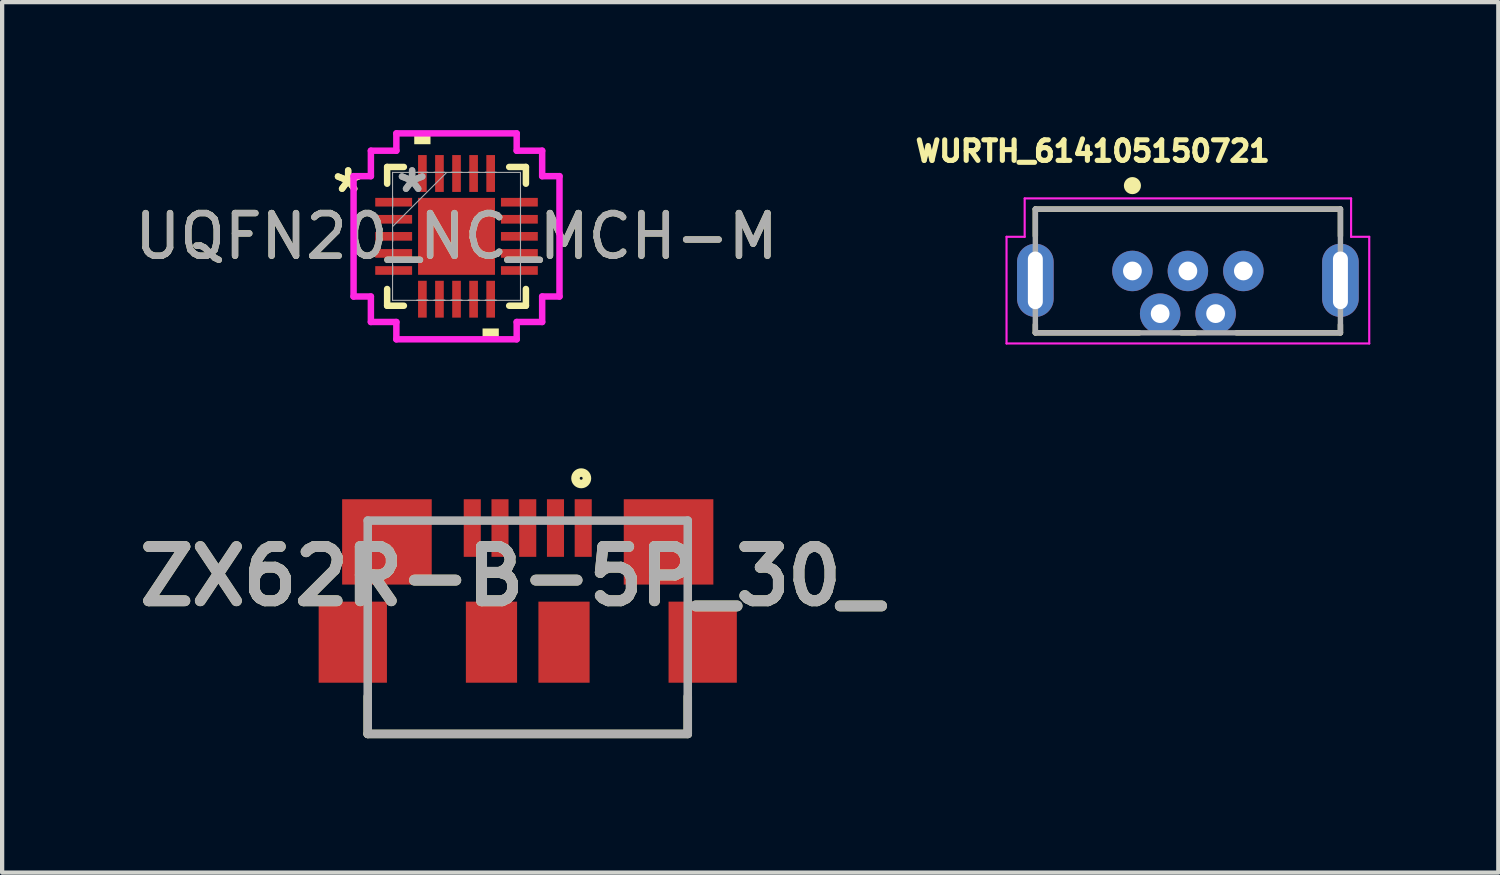
<source format=kicad_pcb>
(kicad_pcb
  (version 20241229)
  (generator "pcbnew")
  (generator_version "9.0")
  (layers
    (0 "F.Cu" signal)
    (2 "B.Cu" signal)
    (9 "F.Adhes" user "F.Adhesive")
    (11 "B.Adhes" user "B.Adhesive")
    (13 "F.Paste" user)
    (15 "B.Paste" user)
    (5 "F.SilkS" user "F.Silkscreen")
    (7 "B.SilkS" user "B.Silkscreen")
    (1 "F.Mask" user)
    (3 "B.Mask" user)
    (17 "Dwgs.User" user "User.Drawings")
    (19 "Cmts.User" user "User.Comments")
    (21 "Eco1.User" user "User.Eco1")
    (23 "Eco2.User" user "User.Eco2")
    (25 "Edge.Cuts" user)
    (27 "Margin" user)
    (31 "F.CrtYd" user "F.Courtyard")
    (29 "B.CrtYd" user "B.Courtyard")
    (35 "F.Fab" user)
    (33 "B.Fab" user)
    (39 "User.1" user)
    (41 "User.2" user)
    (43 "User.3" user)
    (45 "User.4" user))
  (footprint "WURTH_614105150721"
    (layer "F.Cu")
    (at 24.789 3.3)
    (property "Reference" "WURTH_614105150721" (at -2.229 -2.808 0) (layer "F.SilkS") (effects (font (size 0.481 0.481) (thickness 0.15))))
    (attr through_hole)
    (fp_line (start -3.575 -1.45) (end -3.575 -0.82) (stroke (width 0.127) (type solid)) (layer "F.SilkS"))
    (fp_line (start -3.575 -1.45) (end 3.575 -1.45) (stroke (width 0.127) (type solid)) (layer "F.SilkS"))
    (fp_line (start -3.575 1.26) (end -3.575 1.45) (stroke (width 0.127) (type solid)) (layer "F.SilkS"))
    (fp_line (start -3.575 1.45) (end -1.14 1.45) (stroke (width 0.127) (type solid)) (layer "F.SilkS"))
    (fp_line (start -0.15 1.45) (end 0.17 1.45) (stroke (width 0.127) (type solid)) (layer "F.SilkS"))
    (fp_line (start 1.14 1.45) (end 3.575 1.45) (stroke (width 0.127) (type solid)) (layer "F.SilkS"))
    (fp_line (start 3.575 -1.45) (end 3.575 -0.82) (stroke (width 0.127) (type solid)) (layer "F.SilkS"))
    (fp_line (start 3.575 1.45) (end 3.575 1.26) (stroke (width 0.127) (type solid)) (layer "F.SilkS"))
    (fp_circle (center -1.3 -2) (end -1.2 -2) (stroke (width 0.2) (type solid)) (fill no) (layer "F.SilkS"))
    (fp_line (start -4.25 -0.8) (end -3.825 -0.8) (stroke (width 0.05) (type solid)) (layer "F.CrtYd"))
    (fp_line (start -4.25 1.7) (end -4.25 -0.8) (stroke (width 0.05) (type solid)) (layer "F.CrtYd"))
    (fp_line (start -3.825 -1.7) (end 3.825 -1.7) (stroke (width 0.05) (type solid)) (layer "F.CrtYd"))
    (fp_line (start -3.825 -0.8) (end -3.825 -1.7) (stroke (width 0.05) (type solid)) (layer "F.CrtYd"))
    (fp_line (start 3.825 -1.7) (end 3.825 -0.8) (stroke (width 0.05) (type solid)) (layer "F.CrtYd"))
    (fp_line (start 3.825 -0.8) (end 4.25 -0.8) (stroke (width 0.05) (type solid)) (layer "F.CrtYd"))
    (fp_line (start 4.25 -0.8) (end 4.25 1.7) (stroke (width 0.05) (type solid)) (layer "F.CrtYd"))
    (fp_line (start 4.25 1.7) (end -4.25 1.7) (stroke (width 0.05) (type solid)) (layer "F.CrtYd"))
    (fp_line (start -3.575 -1.45) (end 3.575 -1.45) (stroke (width 0.127) (type solid)) (layer "F.Fab"))
    (fp_line (start -3.575 1.45) (end -3.575 -1.45) (stroke (width 0.127) (type solid)) (layer "F.Fab"))
    (fp_line (start 3.575 -1.45) (end 3.575 1.45) (stroke (width 0.127) (type solid)) (layer "F.Fab"))
    (fp_line (start 3.575 1.45) (end -3.575 1.45) (stroke (width 0.127) (type solid)) (layer "F.Fab"))
    (fp_circle (center -1.3 0) (end -1.2 0) (stroke (width 0.2) (type solid)) (fill no) (layer "F.Fab"))
    (pad "1" thru_hole circle (at -1.3 0) (size 0.948 0.948) (drill 0.44) (layers "*.Cu" "*.Mask"))
    (pad "2" thru_hole circle (at -0.65 1) (size 0.948 0.948) (drill 0.44) (layers "*.Cu" "*.Mask"))
    (pad "3" thru_hole circle (at 0 0) (size 0.948 0.948) (drill 0.44) (layers "*.Cu" "*.Mask"))
    (pad "4" thru_hole circle (at 0.65 1) (size 0.948 0.948) (drill 0.44) (layers "*.Cu" "*.Mask"))
    (pad "5" thru_hole circle (at 1.3 0) (size 0.948 0.948) (drill 0.44) (layers "*.Cu" "*.Mask"))
    (pad "6" thru_hole oval (at -3.575 0.22) (size 0.858 1.716) (drill oval 0.35 1.35) (layers "*.Cu" "*.Mask"))
    (pad "6" thru_hole oval (at 3.575 0.22) (size 0.858 1.716) (drill oval 0.35 1.35) (layers "*.Cu" "*.Mask")))
  (footprint "ZX62R-B-5P_30_"
    (layer "F.Cu")
    (at 9.318 14.15)
    (property "Reference" "ZX62R-B-5P_30_" (at -0.386 -3.695 0) (layer "F.SilkS") (effects (font (size 1.27 1.27) (thickness 0.254))))
    (attr smd)
    (fp_line (start -3.75 0) (end -3.75 -0.875) (stroke (width 0.2) (type solid)) (layer "F.SilkS"))
    (fp_line (start -3.75 0) (end 3.75 0) (stroke (width 0.2) (type solid)) (layer "F.SilkS"))
    (fp_line (start 3.75 0) (end 3.75 -0.875) (stroke (width 0.2) (type solid)) (layer "F.SilkS"))
    (fp_circle (center 1.253 -5.991) (end 1.253 -5.957) (stroke (width 0.2) (type solid)) (fill no) (layer "F.SilkS"))
    (fp_line (start -3.75 -5) (end 3.75 -5) (stroke (width 0.2) (type solid)) (layer "F.Fab"))
    (fp_line (start -3.75 0) (end -3.75 -5) (stroke (width 0.2) (type solid)) (layer "F.Fab"))
    (fp_line (start 3.75 -5) (end 3.75 0) (stroke (width 0.2) (type solid)) (layer "F.Fab"))
    (fp_line (start 3.75 0) (end -3.75 0) (stroke (width 0.2) (type solid)) (layer "F.Fab"))
    (fp_text user "${REFERENCE}" (at -0.386 -3.695 0) (layer "F.Fab") (effects (font (size 1.27 1.27) (thickness 0.254))))
    (pad "1" smd rect (at 1.3 -4.825) (size 0.4 1.35) (layers "F.Cu" "F.Mask" "F.Paste"))
    (pad "2" smd rect (at 0.65 -4.825) (size 0.4 1.35) (layers "F.Cu" "F.Mask" "F.Paste"))
    (pad "3" smd rect (at 0 -4.825) (size 0.4 1.35) (layers "F.Cu" "F.Mask" "F.Paste"))
    (pad "4" smd rect (at -0.65 -4.825) (size 0.4 1.35) (layers "F.Cu" "F.Mask" "F.Paste"))
    (pad "5" smd rect (at -1.3 -4.825) (size 0.4 1.35) (layers "F.Cu" "F.Mask" "F.Paste"))
    (pad "6" smd rect (at -3.3 -4.5 90) (size 2 2.1) (layers "F.Cu" "F.Mask" "F.Paste"))
    (pad "7" smd rect (at 3.3 -4.5 90) (size 2 2.1) (layers "F.Cu" "F.Mask" "F.Paste"))
    (pad "8" smd rect (at -4.1 -2.15) (size 1.6 1.9) (layers "F.Cu" "F.Mask" "F.Paste"))
    (pad "9" smd rect (at 4.1 -2.15) (size 1.6 1.9) (layers "F.Cu" "F.Mask" "F.Paste"))
    (pad "10" smd rect (at -0.85 -2.15) (size 1.2 1.9) (layers "F.Cu" "F.Mask" "F.Paste"))
    (pad "11" smd rect (at 0.85 -2.15) (size 1.2 1.9) (layers "F.Cu" "F.Mask" "F.Paste")))
  (footprint "UQFN20_NC_MCH-M"
    (layer "F.Cu")
    (at 7.649 2.489)
    (property "Reference" "UQFN20_NC_MCH-M" (at 0 0 0) (unlocked yes) (layer "F.SilkS") (effects (font (size 1 1) (thickness 0.15))))
    (attr smd)
    (fp_line (start -1.626 -1.626) (end -1.626 -1.234) (stroke (width 0.152) (type solid)) (layer "F.SilkS"))
    (fp_line (start -1.626 1.234) (end -1.626 1.626) (stroke (width 0.152) (type solid)) (layer "F.SilkS"))
    (fp_line (start -1.626 1.626) (end -1.234 1.626) (stroke (width 0.152) (type solid)) (layer "F.SilkS"))
    (fp_line (start -1.234 -1.626) (end -1.626 -1.626) (stroke (width 0.152) (type solid)) (layer "F.SilkS"))
    (fp_line (start 1.234 1.626) (end 1.626 1.626) (stroke (width 0.152) (type solid)) (layer "F.SilkS"))
    (fp_line (start 1.626 -1.626) (end 1.234 -1.626) (stroke (width 0.152) (type solid)) (layer "F.SilkS"))
    (fp_line (start 1.626 -1.234) (end 1.626 -1.626) (stroke (width 0.152) (type solid)) (layer "F.SilkS"))
    (fp_line (start 1.626 1.626) (end 1.626 1.234) (stroke (width 0.152) (type solid)) (layer "F.SilkS"))
    (fp_poly (pts (xy -0.991 -2.159) (xy -0.991 -2.413) (xy -0.61 -2.413) (xy -0.61 -2.159)) (stroke (width 0) (type solid)) (fill yes) (layer "F.SilkS"))
    (fp_poly (pts (xy 0.61 2.159) (xy 0.61 2.413) (xy 0.991 2.413) (xy 0.991 2.159)) (stroke (width 0) (type solid)) (fill yes) (layer "F.SilkS"))
    (fp_line (start -2.413 -1.41) (end -2.007 -1.41) (stroke (width 0.152) (type solid)) (layer "F.CrtYd"))
    (fp_line (start -2.413 1.41) (end -2.413 -1.41) (stroke (width 0.152) (type solid)) (layer "F.CrtYd"))
    (fp_line (start -2.007 -2.007) (end -1.41 -2.007) (stroke (width 0.152) (type solid)) (layer "F.CrtYd"))
    (fp_line (start -2.007 -1.41) (end -2.007 -2.007) (stroke (width 0.152) (type solid)) (layer "F.CrtYd"))
    (fp_line (start -2.007 1.41) (end -2.413 1.41) (stroke (width 0.152) (type solid)) (layer "F.CrtYd"))
    (fp_line (start -2.007 2.007) (end -2.007 1.41) (stroke (width 0.152) (type solid)) (layer "F.CrtYd"))
    (fp_line (start -1.41 -2.413) (end 1.41 -2.413) (stroke (width 0.152) (type solid)) (layer "F.CrtYd"))
    (fp_line (start -1.41 -2.007) (end -1.41 -2.413) (stroke (width 0.152) (type solid)) (layer "F.CrtYd"))
    (fp_line (start -1.41 2.007) (end -2.007 2.007) (stroke (width 0.152) (type solid)) (layer "F.CrtYd"))
    (fp_line (start -1.41 2.413) (end -1.41 2.007) (stroke (width 0.152) (type solid)) (layer "F.CrtYd"))
    (fp_line (start 1.41 -2.413) (end 1.41 -2.007) (stroke (width 0.152) (type solid)) (layer "F.CrtYd"))
    (fp_line (start 1.41 -2.007) (end 2.007 -2.007) (stroke (width 0.152) (type solid)) (layer "F.CrtYd"))
    (fp_line (start 1.41 2.007) (end 1.41 2.413) (stroke (width 0.152) (type solid)) (layer "F.CrtYd"))
    (fp_line (start 1.41 2.413) (end -1.41 2.413) (stroke (width 0.152) (type solid)) (layer "F.CrtYd"))
    (fp_line (start 2.007 -2.007) (end 2.007 -1.41) (stroke (width 0.152) (type solid)) (layer "F.CrtYd"))
    (fp_line (start 2.007 -1.41) (end 2.413 -1.41) (stroke (width 0.152) (type solid)) (layer "F.CrtYd"))
    (fp_line (start 2.007 1.41) (end 2.007 2.007) (stroke (width 0.152) (type solid)) (layer "F.CrtYd"))
    (fp_line (start 2.007 2.007) (end 1.41 2.007) (stroke (width 0.152) (type solid)) (layer "F.CrtYd"))
    (fp_line (start 2.413 -1.41) (end 2.413 1.41) (stroke (width 0.152) (type solid)) (layer "F.CrtYd"))
    (fp_line (start 2.413 1.41) (end 2.007 1.41) (stroke (width 0.152) (type solid)) (layer "F.CrtYd"))
    (fp_line (start -1.499 -1.499) (end -1.499 -1.499) (stroke (width 0.025) (type solid)) (layer "F.Fab"))
    (fp_line (start -1.499 -1.499) (end -1.499 1.499) (stroke (width 0.025) (type solid)) (layer "F.Fab"))
    (fp_line (start -1.499 -0.927) (end -1.499 -0.927) (stroke (width 0.025) (type solid)) (layer "F.Fab"))
    (fp_line (start -1.499 -0.927) (end -1.499 -0.673) (stroke (width 0.025) (type solid)) (layer "F.Fab"))
    (fp_line (start -1.499 -0.673) (end -1.499 -0.927) (stroke (width 0.025) (type solid)) (layer "F.Fab"))
    (fp_line (start -1.499 -0.673) (end -1.499 -0.673) (stroke (width 0.025) (type solid)) (layer "F.Fab"))
    (fp_line (start -1.499 -0.527) (end -1.499 -0.527) (stroke (width 0.025) (type solid)) (layer "F.Fab"))
    (fp_line (start -1.499 -0.527) (end -1.499 -0.273) (stroke (width 0.025) (type solid)) (layer "F.Fab"))
    (fp_line (start -1.499 -0.273) (end -1.499 -0.527) (stroke (width 0.025) (type solid)) (layer "F.Fab"))
    (fp_line (start -1.499 -0.273) (end -1.499 -0.273) (stroke (width 0.025) (type solid)) (layer "F.Fab"))
    (fp_line (start -1.499 -0.229) (end -0.229 -1.499) (stroke (width 0.025) (type solid)) (layer "F.Fab"))
    (fp_line (start -1.499 -0.127) (end -1.499 -0.127) (stroke (width 0.025) (type solid)) (layer "F.Fab"))
    (fp_line (start -1.499 -0.127) (end -1.499 0.127) (stroke (width 0.025) (type solid)) (layer "F.Fab"))
    (fp_line (start -1.499 0.127) (end -1.499 -0.127) (stroke (width 0.025) (type solid)) (layer "F.Fab"))
    (fp_line (start -1.499 0.127) (end -1.499 0.127) (stroke (width 0.025) (type solid)) (layer "F.Fab"))
    (fp_line (start -1.499 0.273) (end -1.499 0.273) (stroke (width 0.025) (type solid)) (layer "F.Fab"))
    (fp_line (start -1.499 0.273) (end -1.499 0.527) (stroke (width 0.025) (type solid)) (layer "F.Fab"))
    (fp_line (start -1.499 0.527) (end -1.499 0.273) (stroke (width 0.025) (type solid)) (layer "F.Fab"))
    (fp_line (start -1.499 0.527) (end -1.499 0.527) (stroke (width 0.025) (type solid)) (layer "F.Fab"))
    (fp_line (start -1.499 0.673) (end -1.499 0.673) (stroke (width 0.025) (type solid)) (layer "F.Fab"))
    (fp_line (start -1.499 0.673) (end -1.499 0.927) (stroke (width 0.025) (type solid)) (layer "F.Fab"))
    (fp_line (start -1.499 0.927) (end -1.499 0.673) (stroke (width 0.025) (type solid)) (layer "F.Fab"))
    (fp_line (start -1.499 0.927) (end -1.499 0.927) (stroke (width 0.025) (type solid)) (layer "F.Fab"))
    (fp_line (start -1.499 1.499) (end -1.499 1.499) (stroke (width 0.025) (type solid)) (layer "F.Fab"))
    (fp_line (start -1.499 1.499) (end 1.499 1.499) (stroke (width 0.025) (type solid)) (layer "F.Fab"))
    (fp_line (start -0.927 -1.499) (end -0.927 -1.499) (stroke (width 0.025) (type solid)) (layer "F.Fab"))
    (fp_line (start -0.927 -1.499) (end -0.673 -1.499) (stroke (width 0.025) (type solid)) (layer "F.Fab"))
    (fp_line (start -0.927 1.499) (end -0.927 1.499) (stroke (width 0.025) (type solid)) (layer "F.Fab"))
    (fp_line (start -0.927 1.499) (end -0.673 1.499) (stroke (width 0.025) (type solid)) (layer "F.Fab"))
    (fp_line (start -0.673 -1.499) (end -0.927 -1.499) (stroke (width 0.025) (type solid)) (layer "F.Fab"))
    (fp_line (start -0.673 -1.499) (end -0.673 -1.499) (stroke (width 0.025) (type solid)) (layer "F.Fab"))
    (fp_line (start -0.673 1.499) (end -0.927 1.499) (stroke (width 0.025) (type solid)) (layer "F.Fab"))
    (fp_line (start -0.673 1.499) (end -0.673 1.499) (stroke (width 0.025) (type solid)) (layer "F.Fab"))
    (fp_line (start -0.527 -1.499) (end -0.527 -1.499) (stroke (width 0.025) (type solid)) (layer "F.Fab"))
    (fp_line (start -0.527 -1.499) (end -0.273 -1.499) (stroke (width 0.025) (type solid)) (layer "F.Fab"))
    (fp_line (start -0.527 1.499) (end -0.527 1.499) (stroke (width 0.025) (type solid)) (layer "F.Fab"))
    (fp_line (start -0.527 1.499) (end -0.273 1.499) (stroke (width 0.025) (type solid)) (layer "F.Fab"))
    (fp_line (start -0.273 -1.499) (end -0.527 -1.499) (stroke (width 0.025) (type solid)) (layer "F.Fab"))
    (fp_line (start -0.273 -1.499) (end -0.273 -1.499) (stroke (width 0.025) (type solid)) (layer "F.Fab"))
    (fp_line (start -0.273 1.499) (end -0.527 1.499) (stroke (width 0.025) (type solid)) (layer "F.Fab"))
    (fp_line (start -0.273 1.499) (end -0.273 1.499) (stroke (width 0.025) (type solid)) (layer "F.Fab"))
    (fp_line (start -0.127 -1.499) (end -0.127 -1.499) (stroke (width 0.025) (type solid)) (layer "F.Fab"))
    (fp_line (start -0.127 -1.499) (end 0.127 -1.499) (stroke (width 0.025) (type solid)) (layer "F.Fab"))
    (fp_line (start -0.127 1.499) (end -0.127 1.499) (stroke (width 0.025) (type solid)) (layer "F.Fab"))
    (fp_line (start -0.127 1.499) (end 0.127 1.499) (stroke (width 0.025) (type solid)) (layer "F.Fab"))
    (fp_line (start 0.127 -1.499) (end -0.127 -1.499) (stroke (width 0.025) (type solid)) (layer "F.Fab"))
    (fp_line (start 0.127 -1.499) (end 0.127 -1.499) (stroke (width 0.025) (type solid)) (layer "F.Fab"))
    (fp_line (start 0.127 1.499) (end -0.127 1.499) (stroke (width 0.025) (type solid)) (layer "F.Fab"))
    (fp_line (start 0.127 1.499) (end 0.127 1.499) (stroke (width 0.025) (type solid)) (layer "F.Fab"))
    (fp_line (start 0.273 -1.499) (end 0.273 -1.499) (stroke (width 0.025) (type solid)) (layer "F.Fab"))
    (fp_line (start 0.273 -1.499) (end 0.527 -1.499) (stroke (width 0.025) (type solid)) (layer "F.Fab"))
    (fp_line (start 0.273 1.499) (end 0.273 1.499) (stroke (width 0.025) (type solid)) (layer "F.Fab"))
    (fp_line (start 0.273 1.499) (end 0.527 1.499) (stroke (width 0.025) (type solid)) (layer "F.Fab"))
    (fp_line (start 0.527 -1.499) (end 0.273 -1.499) (stroke (width 0.025) (type solid)) (layer "F.Fab"))
    (fp_line (start 0.527 -1.499) (end 0.527 -1.499) (stroke (width 0.025) (type solid)) (layer "F.Fab"))
    (fp_line (start 0.527 1.499) (end 0.273 1.499) (stroke (width 0.025) (type solid)) (layer "F.Fab"))
    (fp_line (start 0.527 1.499) (end 0.527 1.499) (stroke (width 0.025) (type solid)) (layer "F.Fab"))
    (fp_line (start 0.673 -1.499) (end 0.673 -1.499) (stroke (width 0.025) (type solid)) (layer "F.Fab"))
    (fp_line (start 0.673 -1.499) (end 0.927 -1.499) (stroke (width 0.025) (type solid)) (layer "F.Fab"))
    (fp_line (start 0.673 1.499) (end 0.673 1.499) (stroke (width 0.025) (type solid)) (layer "F.Fab"))
    (fp_line (start 0.673 1.499) (end 0.927 1.499) (stroke (width 0.025) (type solid)) (layer "F.Fab"))
    (fp_line (start 0.927 -1.499) (end 0.673 -1.499) (stroke (width 0.025) (type solid)) (layer "F.Fab"))
    (fp_line (start 0.927 -1.499) (end 0.927 -1.499) (stroke (width 0.025) (type solid)) (layer "F.Fab"))
    (fp_line (start 0.927 1.499) (end 0.673 1.499) (stroke (width 0.025) (type solid)) (layer "F.Fab"))
    (fp_line (start 0.927 1.499) (end 0.927 1.499) (stroke (width 0.025) (type solid)) (layer "F.Fab"))
    (fp_line (start 1.499 -1.499) (end -1.499 -1.499) (stroke (width 0.025) (type solid)) (layer "F.Fab"))
    (fp_line (start 1.499 -1.499) (end 1.499 -1.499) (stroke (width 0.025) (type solid)) (layer "F.Fab"))
    (fp_line (start 1.499 -0.927) (end 1.499 -0.927) (stroke (width 0.025) (type solid)) (layer "F.Fab"))
    (fp_line (start 1.499 -0.927) (end 1.499 -0.673) (stroke (width 0.025) (type solid)) (layer "F.Fab"))
    (fp_line (start 1.499 -0.673) (end 1.499 -0.927) (stroke (width 0.025) (type solid)) (layer "F.Fab"))
    (fp_line (start 1.499 -0.673) (end 1.499 -0.673) (stroke (width 0.025) (type solid)) (layer "F.Fab"))
    (fp_line (start 1.499 -0.527) (end 1.499 -0.527) (stroke (width 0.025) (type solid)) (layer "F.Fab"))
    (fp_line (start 1.499 -0.527) (end 1.499 -0.273) (stroke (width 0.025) (type solid)) (layer "F.Fab"))
    (fp_line (start 1.499 -0.273) (end 1.499 -0.527) (stroke (width 0.025) (type solid)) (layer "F.Fab"))
    (fp_line (start 1.499 -0.273) (end 1.499 -0.273) (stroke (width 0.025) (type solid)) (layer "F.Fab"))
    (fp_line (start 1.499 -0.127) (end 1.499 -0.127) (stroke (width 0.025) (type solid)) (layer "F.Fab"))
    (fp_line (start 1.499 -0.127) (end 1.499 0.127) (stroke (width 0.025) (type solid)) (layer "F.Fab"))
    (fp_line (start 1.499 0.127) (end 1.499 -0.127) (stroke (width 0.025) (type solid)) (layer "F.Fab"))
    (fp_line (start 1.499 0.127) (end 1.499 0.127) (stroke (width 0.025) (type solid)) (layer "F.Fab"))
    (fp_line (start 1.499 0.273) (end 1.499 0.273) (stroke (width 0.025) (type solid)) (layer "F.Fab"))
    (fp_line (start 1.499 0.273) (end 1.499 0.527) (stroke (width 0.025) (type solid)) (layer "F.Fab"))
    (fp_line (start 1.499 0.527) (end 1.499 0.273) (stroke (width 0.025) (type solid)) (layer "F.Fab"))
    (fp_line (start 1.499 0.527) (end 1.499 0.527) (stroke (width 0.025) (type solid)) (layer "F.Fab"))
    (fp_line (start 1.499 0.673) (end 1.499 0.673) (stroke (width 0.025) (type solid)) (layer "F.Fab"))
    (fp_line (start 1.499 0.673) (end 1.499 0.927) (stroke (width 0.025) (type solid)) (layer "F.Fab"))
    (fp_line (start 1.499 0.927) (end 1.499 0.673) (stroke (width 0.025) (type solid)) (layer "F.Fab"))
    (fp_line (start 1.499 0.927) (end 1.499 0.927) (stroke (width 0.025) (type solid)) (layer "F.Fab"))
    (fp_line (start 1.499 1.499) (end 1.499 -1.499) (stroke (width 0.025) (type solid)) (layer "F.Fab"))
    (fp_line (start 1.499 1.499) (end 1.499 1.499) (stroke (width 0.025) (type solid)) (layer "F.Fab"))
    (fp_text user "*" (at -2.54 -1 0) (layer "F.SilkS") (effects (font (size 1 1) (thickness 0.15))))
    (fp_text user "*" (at -2.54 -1 0) (unlocked yes) (layer "F.SilkS") (effects (font (size 1 1) (thickness 0.15))))
    (fp_text user "*" (at -1.041 -1 0) (unlocked yes) (layer "F.Fab") (effects (font (size 1 1) (thickness 0.15))))
    (fp_text user "*" (at -1.041 -1 0) (layer "F.Fab") (effects (font (size 1 1) (thickness 0.15))))
    (fp_text user "${REFERENCE}" (at 0 0 0) (unlocked yes) (layer "F.Fab") (effects (font (size 1 1) (thickness 0.15))))
    (pad "1" smd rect (at -1.473 -0.8 90) (size 0.203 0.864) (layers "F.Cu" "F.Mask" "F.Paste"))
    (pad "2" smd rect (at -1.473 -0.4 90) (size 0.203 0.864) (layers "F.Cu" "F.Mask" "F.Paste"))
    (pad "3" smd rect (at -1.473 0 90) (size 0.203 0.864) (layers "F.Cu" "F.Mask" "F.Paste"))
    (pad "4" smd rect (at -1.473 0.4 90) (size 0.203 0.864) (layers "F.Cu" "F.Mask" "F.Paste"))
    (pad "5" smd rect (at -1.473 0.8 90) (size 0.203 0.864) (layers "F.Cu" "F.Mask" "F.Paste"))
    (pad "6" smd rect (at -0.8 1.473) (size 0.203 0.864) (layers "F.Cu" "F.Mask" "F.Paste"))
    (pad "7" smd rect (at -0.4 1.473) (size 0.203 0.864) (layers "F.Cu" "F.Mask" "F.Paste"))
    (pad "8" smd rect (at 0 1.473) (size 0.203 0.864) (layers "F.Cu" "F.Mask" "F.Paste"))
    (pad "9" smd rect (at 0.4 1.473) (size 0.203 0.864) (layers "F.Cu" "F.Mask" "F.Paste"))
    (pad "10" smd rect (at 0.8 1.473) (size 0.203 0.864) (layers "F.Cu" "F.Mask" "F.Paste"))
    (pad "11" smd rect (at 1.473 0.8 90) (size 0.203 0.864) (layers "F.Cu" "F.Mask" "F.Paste"))
    (pad "12" smd rect (at 1.473 0.4 90) (size 0.203 0.864) (layers "F.Cu" "F.Mask" "F.Paste"))
    (pad "13" smd rect (at 1.473 0 90) (size 0.203 0.864) (layers "F.Cu" "F.Mask" "F.Paste"))
    (pad "14" smd rect (at 1.473 -0.4 90) (size 0.203 0.864) (layers "F.Cu" "F.Mask" "F.Paste"))
    (pad "15" smd rect (at 1.473 -0.8 90) (size 0.203 0.864) (layers "F.Cu" "F.Mask" "F.Paste"))
    (pad "16" smd rect (at 0.8 -1.473) (size 0.203 0.864) (layers "F.Cu" "F.Mask" "F.Paste"))
    (pad "17" smd rect (at 0.4 -1.473) (size 0.203 0.864) (layers "F.Cu" "F.Mask" "F.Paste"))
    (pad "18" smd rect (at 0 -1.473) (size 0.203 0.864) (layers "F.Cu" "F.Mask" "F.Paste"))
    (pad "19" smd rect (at -0.4 -1.473) (size 0.203 0.864) (layers "F.Cu" "F.Mask" "F.Paste"))
    (pad "20" smd rect (at -0.8 -1.473) (size 0.203 0.864) (layers "F.Cu" "F.Mask" "F.Paste"))
    (pad "21" smd rect (at 0 0) (size 1.803 1.803) (layers "F.Cu" "F.Mask" "F.Paste")))
  (gr_rect
    (start -3 -3)
    (end 32.064 17.4)
    (stroke (width 0.1) (type default))
    (fill no)
    (layer "Edge.Cuts")))
</source>
